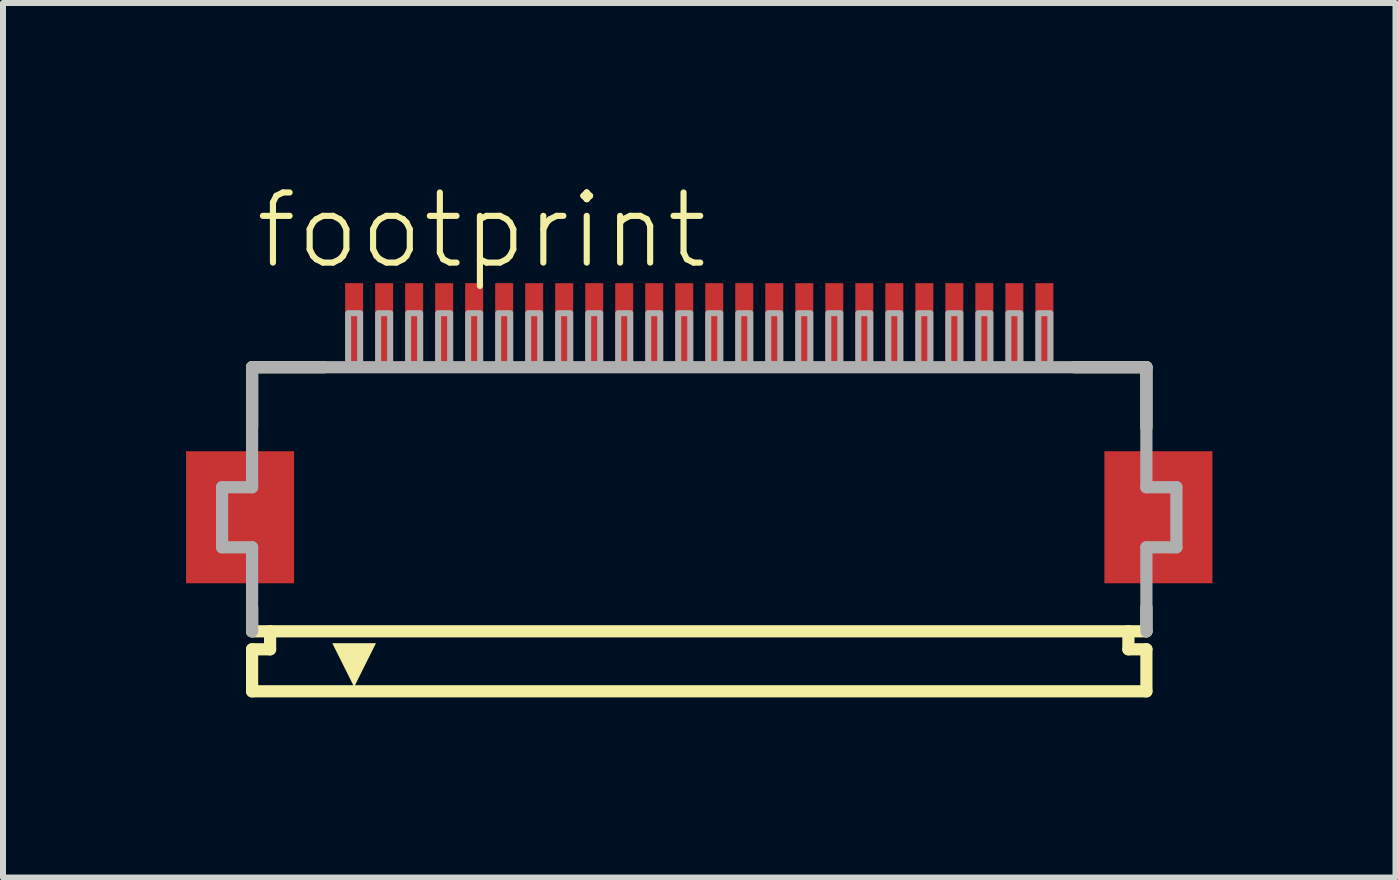
<source format=kicad_pcb>
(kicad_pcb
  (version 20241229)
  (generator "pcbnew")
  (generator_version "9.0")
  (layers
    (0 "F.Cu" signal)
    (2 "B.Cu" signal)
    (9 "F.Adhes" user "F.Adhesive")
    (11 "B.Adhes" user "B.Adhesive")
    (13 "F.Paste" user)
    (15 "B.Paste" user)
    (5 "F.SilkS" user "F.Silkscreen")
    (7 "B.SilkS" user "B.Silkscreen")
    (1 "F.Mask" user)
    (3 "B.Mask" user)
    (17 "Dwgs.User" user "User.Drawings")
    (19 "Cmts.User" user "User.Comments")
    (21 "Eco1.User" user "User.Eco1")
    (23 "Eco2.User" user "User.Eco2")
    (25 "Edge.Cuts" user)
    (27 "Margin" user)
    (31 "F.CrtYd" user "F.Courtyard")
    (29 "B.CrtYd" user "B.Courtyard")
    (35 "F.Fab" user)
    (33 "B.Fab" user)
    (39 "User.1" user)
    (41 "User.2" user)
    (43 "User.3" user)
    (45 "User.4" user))
  (footprint "footprint"
    (layer "F.Cu")
    (at 8.6 5.568)
    (property "Reference" "footprint" (at -7.448 -4.095 0) (layer "F.SilkS") (effects (font (size 1.168 1.168) (thickness 0.102)) (justify left bottom)))
    (fp_poly (pts (xy -6.75 -1.1) (xy -8.55 -1.1) (xy -8.55 1.1) (xy -6.75 1.1)) (stroke (width 0) (type solid)) (fill yes) (layer "F.Cu"))
    (fp_poly (pts (xy 8.55 -1.1) (xy 6.75 -1.1) (xy 6.75 1.1) (xy 8.55 1.1)) (stroke (width 0) (type solid)) (fill yes) (layer "F.Cu"))
    (fp_poly (pts (xy -6.7 -1.175) (xy -8.6 -1.175) (xy -8.6 1.175) (xy -6.7 1.175)) (stroke (width 0) (type solid)) (fill yes) (layer "F.Mask"))
    (fp_poly (pts (xy -5.95 -2.55) (xy -5.55 -2.55) (xy -5.55 -3.95) (xy -5.95 -3.95)) (stroke (width 0) (type solid)) (fill yes) (layer "F.Mask"))
    (fp_poly (pts (xy -5.45 -2.55) (xy -5.05 -2.55) (xy -5.05 -3.95) (xy -5.45 -3.95)) (stroke (width 0) (type solid)) (fill yes) (layer "F.Mask"))
    (fp_poly (pts (xy -4.95 -2.55) (xy -4.55 -2.55) (xy -4.55 -3.95) (xy -4.95 -3.95)) (stroke (width 0) (type solid)) (fill yes) (layer "F.Mask"))
    (fp_poly (pts (xy -4.45 -2.55) (xy -4.05 -2.55) (xy -4.05 -3.95) (xy -4.45 -3.95)) (stroke (width 0) (type solid)) (fill yes) (layer "F.Mask"))
    (fp_poly (pts (xy -3.95 -2.55) (xy -3.55 -2.55) (xy -3.55 -3.95) (xy -3.95 -3.95)) (stroke (width 0) (type solid)) (fill yes) (layer "F.Mask"))
    (fp_poly (pts (xy -3.45 -2.55) (xy -3.05 -2.55) (xy -3.05 -3.95) (xy -3.45 -3.95)) (stroke (width 0) (type solid)) (fill yes) (layer "F.Mask"))
    (fp_poly (pts (xy -2.95 -2.55) (xy -2.55 -2.55) (xy -2.55 -3.95) (xy -2.95 -3.95)) (stroke (width 0) (type solid)) (fill yes) (layer "F.Mask"))
    (fp_poly (pts (xy -2.45 -2.55) (xy -2.05 -2.55) (xy -2.05 -3.95) (xy -2.45 -3.95)) (stroke (width 0) (type solid)) (fill yes) (layer "F.Mask"))
    (fp_poly (pts (xy -1.95 -2.55) (xy -1.55 -2.55) (xy -1.55 -3.95) (xy -1.95 -3.95)) (stroke (width 0) (type solid)) (fill yes) (layer "F.Mask"))
    (fp_poly (pts (xy -1.45 -2.55) (xy -1.05 -2.55) (xy -1.05 -3.95) (xy -1.45 -3.95)) (stroke (width 0) (type solid)) (fill yes) (layer "F.Mask"))
    (fp_poly (pts (xy -0.95 -2.55) (xy -0.55 -2.55) (xy -0.55 -3.95) (xy -0.95 -3.95)) (stroke (width 0) (type solid)) (fill yes) (layer "F.Mask"))
    (fp_poly (pts (xy -0.45 -2.55) (xy -0.05 -2.55) (xy -0.05 -3.95) (xy -0.45 -3.95)) (stroke (width 0) (type solid)) (fill yes) (layer "F.Mask"))
    (fp_poly (pts (xy 0.05 -2.55) (xy 0.45 -2.55) (xy 0.45 -3.95) (xy 0.05 -3.95)) (stroke (width 0) (type solid)) (fill yes) (layer "F.Mask"))
    (fp_poly (pts (xy 0.55 -2.55) (xy 0.95 -2.55) (xy 0.95 -3.95) (xy 0.55 -3.95)) (stroke (width 0) (type solid)) (fill yes) (layer "F.Mask"))
    (fp_poly (pts (xy 1.05 -2.55) (xy 1.45 -2.55) (xy 1.45 -3.95) (xy 1.05 -3.95)) (stroke (width 0) (type solid)) (fill yes) (layer "F.Mask"))
    (fp_poly (pts (xy 1.55 -2.55) (xy 1.95 -2.55) (xy 1.95 -3.95) (xy 1.55 -3.95)) (stroke (width 0) (type solid)) (fill yes) (layer "F.Mask"))
    (fp_poly (pts (xy 2.05 -2.55) (xy 2.45 -2.55) (xy 2.45 -3.95) (xy 2.05 -3.95)) (stroke (width 0) (type solid)) (fill yes) (layer "F.Mask"))
    (fp_poly (pts (xy 2.55 -2.55) (xy 2.95 -2.55) (xy 2.95 -3.95) (xy 2.55 -3.95)) (stroke (width 0) (type solid)) (fill yes) (layer "F.Mask"))
    (fp_poly (pts (xy 3.05 -2.55) (xy 3.45 -2.55) (xy 3.45 -3.95) (xy 3.05 -3.95)) (stroke (width 0) (type solid)) (fill yes) (layer "F.Mask"))
    (fp_poly (pts (xy 3.55 -2.55) (xy 3.95 -2.55) (xy 3.95 -3.95) (xy 3.55 -3.95)) (stroke (width 0) (type solid)) (fill yes) (layer "F.Mask"))
    (fp_poly (pts (xy 4.05 -2.55) (xy 4.45 -2.55) (xy 4.45 -3.95) (xy 4.05 -3.95)) (stroke (width 0) (type solid)) (fill yes) (layer "F.Mask"))
    (fp_poly (pts (xy 4.55 -2.55) (xy 4.95 -2.55) (xy 4.95 -3.95) (xy 4.55 -3.95)) (stroke (width 0) (type solid)) (fill yes) (layer "F.Mask"))
    (fp_poly (pts (xy 5.05 -2.55) (xy 5.45 -2.55) (xy 5.45 -3.95) (xy 5.05 -3.95)) (stroke (width 0) (type solid)) (fill yes) (layer "F.Mask"))
    (fp_poly (pts (xy 5.55 -2.55) (xy 5.95 -2.55) (xy 5.95 -3.95) (xy 5.55 -3.95)) (stroke (width 0) (type solid)) (fill yes) (layer "F.Mask"))
    (fp_poly (pts (xy 8.6 -1.175) (xy 6.7 -1.175) (xy 6.7 1.175) (xy 8.6 1.175)) (stroke (width 0) (type solid)) (fill yes) (layer "F.Mask"))
    (fp_line (start -7.45 -2.5) (end -7.45 -1.5) (stroke (width 0.203) (type solid)) (layer "F.SilkS"))
    (fp_line (start -7.45 1.5) (end -7.45 1.9) (stroke (width 0.203) (type solid)) (layer "F.SilkS"))
    (fp_line (start -7.45 1.9) (end -7.15 1.9) (stroke (width 0.203) (type solid)) (layer "F.SilkS"))
    (fp_line (start -7.45 2.2) (end -7.45 2.9) (stroke (width 0.203) (type solid)) (layer "F.SilkS"))
    (fp_line (start -7.15 1.9) (end -7.15 2.2) (stroke (width 0.203) (type solid)) (layer "F.SilkS"))
    (fp_line (start -7.15 2.2) (end -7.45 2.2) (stroke (width 0.203) (type solid)) (layer "F.SilkS"))
    (fp_line (start -6.25 -2.5) (end -7.45 -2.5) (stroke (width 0.203) (type solid)) (layer "F.SilkS"))
    (fp_line (start 7.15 1.9) (end -7.15 1.9) (stroke (width 0.203) (type solid)) (layer "F.SilkS"))
    (fp_line (start 7.15 1.9) (end 7.45 1.9) (stroke (width 0.203) (type solid)) (layer "F.SilkS"))
    (fp_line (start 7.15 2.2) (end 7.15 1.9) (stroke (width 0.203) (type solid)) (layer "F.SilkS"))
    (fp_line (start 7.45 -2.5) (end 6.25 -2.5) (stroke (width 0.203) (type solid)) (layer "F.SilkS"))
    (fp_line (start 7.45 -1.5) (end 7.45 -2.5) (stroke (width 0.203) (type solid)) (layer "F.SilkS"))
    (fp_line (start 7.45 1.9) (end 7.45 1.5) (stroke (width 0.203) (type solid)) (layer "F.SilkS"))
    (fp_line (start 7.45 2.2) (end 7.15 2.2) (stroke (width 0.203) (type solid)) (layer "F.SilkS"))
    (fp_line (start 7.45 2.9) (end -7.45 2.9) (stroke (width 0.203) (type solid)) (layer "F.SilkS"))
    (fp_line (start 7.45 2.9) (end 7.45 2.2) (stroke (width 0.203) (type solid)) (layer "F.SilkS"))
    (fp_poly (pts (xy -5.75 2.827) (xy -6.114 2.098) (xy -5.386 2.098)) (stroke (width 0) (type solid)) (fill yes) (layer "F.SilkS"))
    (fp_poly (pts (xy -6.825 -1.025) (xy -8.475 -1.025) (xy -8.475 1.025) (xy -6.825 1.025)) (stroke (width 0) (type solid)) (fill yes) (layer "F.Paste"))
    (fp_poly (pts (xy -5.875 -2.625) (xy -5.625 -2.625) (xy -5.625 -3.875) (xy -5.875 -3.875)) (stroke (width 0) (type solid)) (fill yes) (layer "F.Paste"))
    (fp_poly (pts (xy -5.375 -2.625) (xy -5.125 -2.625) (xy -5.125 -3.875) (xy -5.375 -3.875)) (stroke (width 0) (type solid)) (fill yes) (layer "F.Paste"))
    (fp_poly (pts (xy -4.875 -2.625) (xy -4.625 -2.625) (xy -4.625 -3.875) (xy -4.875 -3.875)) (stroke (width 0) (type solid)) (fill yes) (layer "F.Paste"))
    (fp_poly (pts (xy -4.375 -2.625) (xy -4.125 -2.625) (xy -4.125 -3.875) (xy -4.375 -3.875)) (stroke (width 0) (type solid)) (fill yes) (layer "F.Paste"))
    (fp_poly (pts (xy -3.875 -2.625) (xy -3.625 -2.625) (xy -3.625 -3.875) (xy -3.875 -3.875)) (stroke (width 0) (type solid)) (fill yes) (layer "F.Paste"))
    (fp_poly (pts (xy -3.375 -2.625) (xy -3.125 -2.625) (xy -3.125 -3.875) (xy -3.375 -3.875)) (stroke (width 0) (type solid)) (fill yes) (layer "F.Paste"))
    (fp_poly (pts (xy -2.875 -2.625) (xy -2.625 -2.625) (xy -2.625 -3.875) (xy -2.875 -3.875)) (stroke (width 0) (type solid)) (fill yes) (layer "F.Paste"))
    (fp_poly (pts (xy -2.375 -2.625) (xy -2.125 -2.625) (xy -2.125 -3.875) (xy -2.375 -3.875)) (stroke (width 0) (type solid)) (fill yes) (layer "F.Paste"))
    (fp_poly (pts (xy -1.875 -2.625) (xy -1.625 -2.625) (xy -1.625 -3.875) (xy -1.875 -3.875)) (stroke (width 0) (type solid)) (fill yes) (layer "F.Paste"))
    (fp_poly (pts (xy -1.375 -2.625) (xy -1.125 -2.625) (xy -1.125 -3.875) (xy -1.375 -3.875)) (stroke (width 0) (type solid)) (fill yes) (layer "F.Paste"))
    (fp_poly (pts (xy -0.875 -2.625) (xy -0.625 -2.625) (xy -0.625 -3.875) (xy -0.875 -3.875)) (stroke (width 0) (type solid)) (fill yes) (layer "F.Paste"))
    (fp_poly (pts (xy -0.375 -2.625) (xy -0.125 -2.625) (xy -0.125 -3.875) (xy -0.375 -3.875)) (stroke (width 0) (type solid)) (fill yes) (layer "F.Paste"))
    (fp_poly (pts (xy 0.125 -2.625) (xy 0.375 -2.625) (xy 0.375 -3.875) (xy 0.125 -3.875)) (stroke (width 0) (type solid)) (fill yes) (layer "F.Paste"))
    (fp_poly (pts (xy 0.625 -2.625) (xy 0.875 -2.625) (xy 0.875 -3.875) (xy 0.625 -3.875)) (stroke (width 0) (type solid)) (fill yes) (layer "F.Paste"))
    (fp_poly (pts (xy 1.125 -2.625) (xy 1.375 -2.625) (xy 1.375 -3.875) (xy 1.125 -3.875)) (stroke (width 0) (type solid)) (fill yes) (layer "F.Paste"))
    (fp_poly (pts (xy 1.625 -2.625) (xy 1.875 -2.625) (xy 1.875 -3.875) (xy 1.625 -3.875)) (stroke (width 0) (type solid)) (fill yes) (layer "F.Paste"))
    (fp_poly (pts (xy 2.125 -2.625) (xy 2.375 -2.625) (xy 2.375 -3.875) (xy 2.125 -3.875)) (stroke (width 0) (type solid)) (fill yes) (layer "F.Paste"))
    (fp_poly (pts (xy 2.625 -2.625) (xy 2.875 -2.625) (xy 2.875 -3.875) (xy 2.625 -3.875)) (stroke (width 0) (type solid)) (fill yes) (layer "F.Paste"))
    (fp_poly (pts (xy 3.125 -2.625) (xy 3.375 -2.625) (xy 3.375 -3.875) (xy 3.125 -3.875)) (stroke (width 0) (type solid)) (fill yes) (layer "F.Paste"))
    (fp_poly (pts (xy 3.625 -2.625) (xy 3.875 -2.625) (xy 3.875 -3.875) (xy 3.625 -3.875)) (stroke (width 0) (type solid)) (fill yes) (layer "F.Paste"))
    (fp_poly (pts (xy 4.125 -2.625) (xy 4.375 -2.625) (xy 4.375 -3.875) (xy 4.125 -3.875)) (stroke (width 0) (type solid)) (fill yes) (layer "F.Paste"))
    (fp_poly (pts (xy 4.625 -2.625) (xy 4.875 -2.625) (xy 4.875 -3.875) (xy 4.625 -3.875)) (stroke (width 0) (type solid)) (fill yes) (layer "F.Paste"))
    (fp_poly (pts (xy 5.125 -2.625) (xy 5.375 -2.625) (xy 5.375 -3.875) (xy 5.125 -3.875)) (stroke (width 0) (type solid)) (fill yes) (layer "F.Paste"))
    (fp_poly (pts (xy 5.625 -2.625) (xy 5.875 -2.625) (xy 5.875 -3.875) (xy 5.625 -3.875)) (stroke (width 0) (type solid)) (fill yes) (layer "F.Paste"))
    (fp_poly (pts (xy 8.475 -1.025) (xy 6.825 -1.025) (xy 6.825 1.025) (xy 8.475 1.025)) (stroke (width 0) (type solid)) (fill yes) (layer "F.Paste"))
    (fp_line (start -7.95 -0.5) (end -7.95 0.5) (stroke (width 0.203) (type solid)) (layer "F.Fab"))
    (fp_line (start -7.95 0.5) (end -7.45 0.5) (stroke (width 0.203) (type solid)) (layer "F.Fab"))
    (fp_line (start -7.45 -2.5) (end -7.45 -0.5) (stroke (width 0.203) (type solid)) (layer "F.Fab"))
    (fp_line (start -7.45 -0.5) (end -7.95 -0.5) (stroke (width 0.203) (type solid)) (layer "F.Fab"))
    (fp_line (start -7.45 0.5) (end -7.45 1.9) (stroke (width 0.203) (type solid)) (layer "F.Fab"))
    (fp_line (start 7.45 -2.5) (end -7.45 -2.5) (stroke (width 0.203) (type solid)) (layer "F.Fab"))
    (fp_line (start 7.45 -0.5) (end 7.45 -2.5) (stroke (width 0.203) (type solid)) (layer "F.Fab"))
    (fp_line (start 7.45 0.5) (end 7.95 0.5) (stroke (width 0.203) (type solid)) (layer "F.Fab"))
    (fp_line (start 7.45 1.9) (end 7.45 0.5) (stroke (width 0.203) (type solid)) (layer "F.Fab"))
    (fp_line (start 7.95 -0.5) (end 7.45 -0.5) (stroke (width 0.203) (type solid)) (layer "F.Fab"))
    (fp_line (start 7.95 0.5) (end 7.95 -0.5) (stroke (width 0.203) (type solid)) (layer "F.Fab"))
    (fp_poly (pts (xy -5.85 -2.55) (xy -5.65 -2.55) (xy -5.65 -3.4) (xy -5.85 -3.4)) (stroke (width 0.1) (type solid)) (fill no) (layer "F.Fab"))
    (fp_poly (pts (xy -5.35 -2.55) (xy -5.15 -2.55) (xy -5.15 -3.4) (xy -5.35 -3.4)) (stroke (width 0.1) (type solid)) (fill no) (layer "F.Fab"))
    (fp_poly (pts (xy -4.85 -2.55) (xy -4.65 -2.55) (xy -4.65 -3.4) (xy -4.85 -3.4)) (stroke (width 0.1) (type solid)) (fill no) (layer "F.Fab"))
    (fp_poly (pts (xy -4.35 -2.55) (xy -4.15 -2.55) (xy -4.15 -3.4) (xy -4.35 -3.4)) (stroke (width 0.1) (type solid)) (fill no) (layer "F.Fab"))
    (fp_poly (pts (xy -3.85 -2.55) (xy -3.65 -2.55) (xy -3.65 -3.4) (xy -3.85 -3.4)) (stroke (width 0.1) (type solid)) (fill no) (layer "F.Fab"))
    (fp_poly (pts (xy -3.35 -2.55) (xy -3.15 -2.55) (xy -3.15 -3.4) (xy -3.35 -3.4)) (stroke (width 0.1) (type solid)) (fill no) (layer "F.Fab"))
    (fp_poly (pts (xy -2.85 -2.55) (xy -2.65 -2.55) (xy -2.65 -3.4) (xy -2.85 -3.4)) (stroke (width 0.1) (type solid)) (fill no) (layer "F.Fab"))
    (fp_poly (pts (xy -2.35 -2.55) (xy -2.15 -2.55) (xy -2.15 -3.4) (xy -2.35 -3.4)) (stroke (width 0.1) (type solid)) (fill no) (layer "F.Fab"))
    (fp_poly (pts (xy -1.85 -2.55) (xy -1.65 -2.55) (xy -1.65 -3.4) (xy -1.85 -3.4)) (stroke (width 0.1) (type solid)) (fill no) (layer "F.Fab"))
    (fp_poly (pts (xy -1.35 -2.55) (xy -1.15 -2.55) (xy -1.15 -3.4) (xy -1.35 -3.4)) (stroke (width 0.1) (type solid)) (fill no) (layer "F.Fab"))
    (fp_poly (pts (xy -0.85 -2.55) (xy -0.65 -2.55) (xy -0.65 -3.4) (xy -0.85 -3.4)) (stroke (width 0.1) (type solid)) (fill no) (layer "F.Fab"))
    (fp_poly (pts (xy -0.35 -2.55) (xy -0.15 -2.55) (xy -0.15 -3.4) (xy -0.35 -3.4)) (stroke (width 0.1) (type solid)) (fill no) (layer "F.Fab"))
    (fp_poly (pts (xy 0.15 -2.55) (xy 0.35 -2.55) (xy 0.35 -3.4) (xy 0.15 -3.4)) (stroke (width 0.1) (type solid)) (fill no) (layer "F.Fab"))
    (fp_poly (pts (xy 0.65 -2.55) (xy 0.85 -2.55) (xy 0.85 -3.4) (xy 0.65 -3.4)) (stroke (width 0.1) (type solid)) (fill no) (layer "F.Fab"))
    (fp_poly (pts (xy 1.15 -2.55) (xy 1.35 -2.55) (xy 1.35 -3.4) (xy 1.15 -3.4)) (stroke (width 0.1) (type solid)) (fill no) (layer "F.Fab"))
    (fp_poly (pts (xy 1.65 -2.55) (xy 1.85 -2.55) (xy 1.85 -3.4) (xy 1.65 -3.4)) (stroke (width 0.1) (type solid)) (fill no) (layer "F.Fab"))
    (fp_poly (pts (xy 2.15 -2.55) (xy 2.35 -2.55) (xy 2.35 -3.4) (xy 2.15 -3.4)) (stroke (width 0.1) (type solid)) (fill no) (layer "F.Fab"))
    (fp_poly (pts (xy 2.65 -2.55) (xy 2.85 -2.55) (xy 2.85 -3.4) (xy 2.65 -3.4)) (stroke (width 0.1) (type solid)) (fill no) (layer "F.Fab"))
    (fp_poly (pts (xy 3.15 -2.55) (xy 3.35 -2.55) (xy 3.35 -3.4) (xy 3.15 -3.4)) (stroke (width 0.1) (type solid)) (fill no) (layer "F.Fab"))
    (fp_poly (pts (xy 3.65 -2.55) (xy 3.85 -2.55) (xy 3.85 -3.4) (xy 3.65 -3.4)) (stroke (width 0.1) (type solid)) (fill no) (layer "F.Fab"))
    (fp_poly (pts (xy 4.15 -2.55) (xy 4.35 -2.55) (xy 4.35 -3.4) (xy 4.15 -3.4)) (stroke (width 0.1) (type solid)) (fill no) (layer "F.Fab"))
    (fp_poly (pts (xy 4.65 -2.55) (xy 4.85 -2.55) (xy 4.85 -3.4) (xy 4.65 -3.4)) (stroke (width 0.1) (type solid)) (fill no) (layer "F.Fab"))
    (fp_poly (pts (xy 5.15 -2.55) (xy 5.35 -2.55) (xy 5.35 -3.4) (xy 5.15 -3.4)) (stroke (width 0.1) (type solid)) (fill no) (layer "F.Fab"))
    (fp_poly (pts (xy 5.65 -2.55) (xy 5.85 -2.55) (xy 5.85 -3.4) (xy 5.65 -3.4)) (stroke (width 0.1) (type solid)) (fill no) (layer "F.Fab"))
    (pad "1" smd rect (at -5.75 -3.25) (size 0.3 1.3) (layers "F.Cu"))
    (pad "2" smd rect (at -5.25 -3.25) (size 0.3 1.3) (layers "F.Cu"))
    (pad "3" smd rect (at -4.75 -3.25) (size 0.3 1.3) (layers "F.Cu"))
    (pad "4" smd rect (at -4.25 -3.25) (size 0.3 1.3) (layers "F.Cu"))
    (pad "5" smd rect (at -3.75 -3.25) (size 0.3 1.3) (layers "F.Cu"))
    (pad "6" smd rect (at -3.25 -3.25) (size 0.3 1.3) (layers "F.Cu"))
    (pad "7" smd rect (at -2.75 -3.25) (size 0.3 1.3) (layers "F.Cu"))
    (pad "8" smd rect (at -2.25 -3.25) (size 0.3 1.3) (layers "F.Cu"))
    (pad "9" smd rect (at -1.75 -3.25) (size 0.3 1.3) (layers "F.Cu"))
    (pad "10" smd rect (at -1.25 -3.25) (size 0.3 1.3) (layers "F.Cu"))
    (pad "11" smd rect (at -0.75 -3.25) (size 0.3 1.3) (layers "F.Cu"))
    (pad "12" smd rect (at -0.25 -3.25) (size 0.3 1.3) (layers "F.Cu"))
    (pad "13" smd rect (at 0.25 -3.25) (size 0.3 1.3) (layers "F.Cu"))
    (pad "14" smd rect (at 0.75 -3.25) (size 0.3 1.3) (layers "F.Cu"))
    (pad "15" smd rect (at 1.25 -3.25) (size 0.3 1.3) (layers "F.Cu"))
    (pad "16" smd rect (at 1.75 -3.25) (size 0.3 1.3) (layers "F.Cu"))
    (pad "17" smd rect (at 2.25 -3.25) (size 0.3 1.3) (layers "F.Cu"))
    (pad "18" smd rect (at 2.75 -3.25) (size 0.3 1.3) (layers "F.Cu"))
    (pad "19" smd rect (at 3.25 -3.25) (size 0.3 1.3) (layers "F.Cu"))
    (pad "20" smd rect (at 3.75 -3.25) (size 0.3 1.3) (layers "F.Cu"))
    (pad "21" smd rect (at 4.25 -3.25) (size 0.3 1.3) (layers "F.Cu"))
    (pad "22" smd rect (at 4.75 -3.25) (size 0.3 1.3) (layers "F.Cu"))
    (pad "23" smd rect (at 5.25 -3.25) (size 0.3 1.3) (layers "F.Cu"))
    (pad "24" smd rect (at 5.75 -3.25) (size 0.3 1.3) (layers "F.Cu")))
  (gr_rect
    (start -3 -3)
    (end 20.2 11.57)
    (stroke (width 0.1) (type default))
    (fill no)
    (layer "Edge.Cuts")))
</source>
